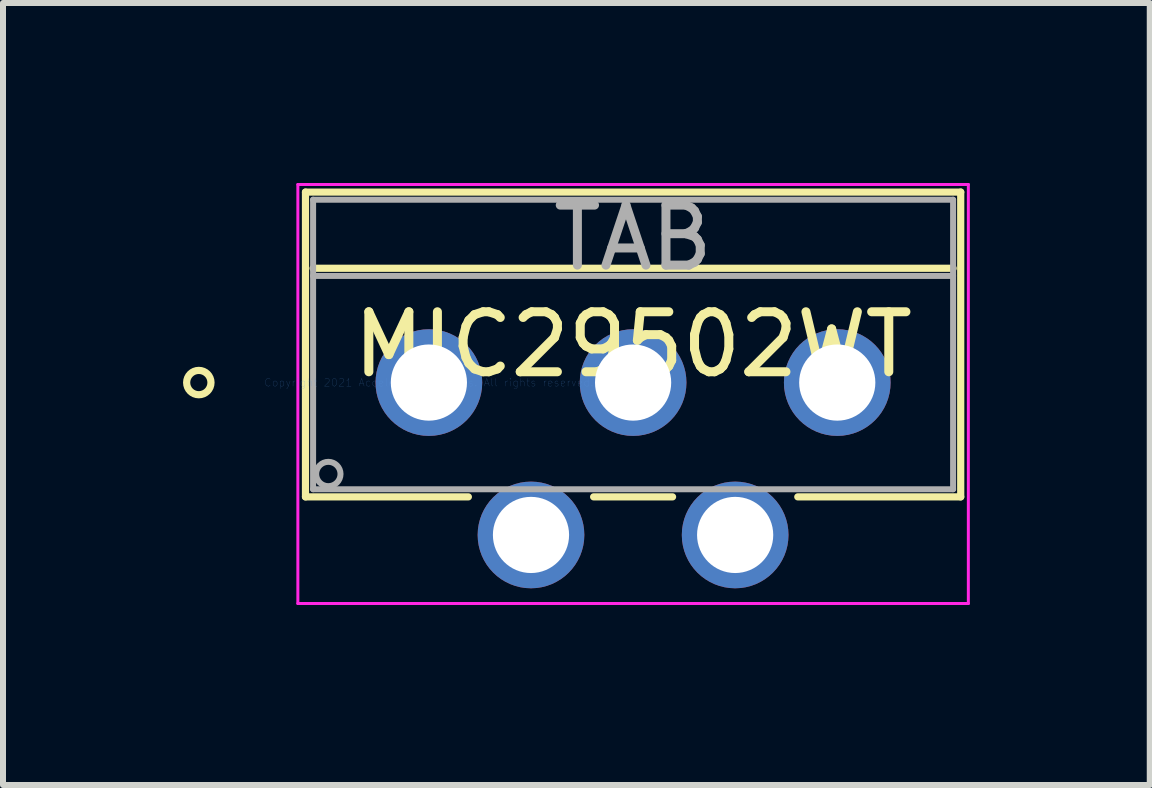
<source format=kicad_pcb>
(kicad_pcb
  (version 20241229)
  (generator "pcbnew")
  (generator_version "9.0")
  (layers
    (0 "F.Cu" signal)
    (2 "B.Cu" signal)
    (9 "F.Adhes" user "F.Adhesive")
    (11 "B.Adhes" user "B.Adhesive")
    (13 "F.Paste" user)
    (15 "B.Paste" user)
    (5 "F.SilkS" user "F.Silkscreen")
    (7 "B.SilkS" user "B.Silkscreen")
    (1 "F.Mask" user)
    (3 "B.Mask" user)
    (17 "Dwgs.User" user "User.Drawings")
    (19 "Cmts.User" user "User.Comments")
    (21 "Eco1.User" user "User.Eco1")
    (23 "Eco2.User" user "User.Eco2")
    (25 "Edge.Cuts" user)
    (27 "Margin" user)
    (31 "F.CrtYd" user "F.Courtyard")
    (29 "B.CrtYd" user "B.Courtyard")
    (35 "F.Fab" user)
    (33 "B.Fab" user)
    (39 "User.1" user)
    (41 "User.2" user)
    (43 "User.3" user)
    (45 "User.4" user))
  (footprint "MIC29502WT"
    (layer "F.Cu")
    (at 4.099 3.327)
    (property "Reference" "MIC29502WT" (at 3.404 -0.635 0) (layer "F.SilkS") (effects (font (size 1 1) (thickness 0.15))))
    (attr through_hole)
    (fp_line (start -2.057 -3.175) (end -2.057 1.905) (stroke (width 0.12) (type solid)) (layer "F.SilkS"))
    (fp_line (start -2.057 1.905) (end 0.658 1.905) (stroke (width 0.12) (type solid)) (layer "F.SilkS"))
    (fp_line (start -1.93 -1.905) (end 8.738 -1.905) (stroke (width 0.12) (type solid)) (layer "F.SilkS"))
    (fp_line (start 2.746 1.905) (end 4.062 1.905) (stroke (width 0.12) (type solid)) (layer "F.SilkS"))
    (fp_line (start 6.149 1.905) (end 8.865 1.905) (stroke (width 0.12) (type solid)) (layer "F.SilkS"))
    (fp_line (start 8.865 -3.175) (end -2.057 -3.175) (stroke (width 0.12) (type solid)) (layer "F.SilkS"))
    (fp_line (start 8.865 1.905) (end 8.865 -3.175) (stroke (width 0.12) (type solid)) (layer "F.SilkS"))
    (fp_circle (center -3.835 0) (end -3.632 0) (stroke (width 0.12) (type solid)) (fill no) (layer "F.SilkS"))
    (fp_line (start -2.184 -3.302) (end -2.184 3.683) (stroke (width 0.05) (type solid)) (layer "F.CrtYd"))
    (fp_line (start -2.184 3.683) (end 8.992 3.683) (stroke (width 0.05) (type solid)) (layer "F.CrtYd"))
    (fp_line (start 8.992 -3.302) (end -2.184 -3.302) (stroke (width 0.05) (type solid)) (layer "F.CrtYd"))
    (fp_line (start 8.992 3.683) (end 8.992 -3.302) (stroke (width 0.05) (type solid)) (layer "F.CrtYd"))
    (fp_line (start -1.93 -3.048) (end -1.93 1.778) (stroke (width 0.1) (type solid)) (layer "F.Fab"))
    (fp_line (start -1.93 -1.778) (end 8.738 -1.778) (stroke (width 0.1) (type solid)) (layer "F.Fab"))
    (fp_line (start -1.93 1.778) (end 8.738 1.778) (stroke (width 0.1) (type solid)) (layer "F.Fab"))
    (fp_line (start 8.738 -3.048) (end -1.93 -3.048) (stroke (width 0.1) (type solid)) (layer "F.Fab"))
    (fp_line (start 8.738 1.778) (end 8.738 -3.048) (stroke (width 0.1) (type solid)) (layer "F.Fab"))
    (fp_circle (center -1.676 1.524) (end -1.473 1.524) (stroke (width 0.1) (type solid)) (fill no) (layer "F.Fab"))
    (fp_text user "*" (at 0 0 0) (layer "F.SilkS") (effects (font (size 1 1) (thickness 0.15))))
    (fp_text user "Copyright 2021 Accelerated Designs. All rights reserved." (at 0 0 0) (layer "Cmts.User") (effects (font (size 0.127 0.127) (thickness 0.002))))
    (fp_text user "TAB" (at 3.404 -2.413 0) (layer "F.Fab") (effects (font (size 1 1) (thickness 0.15))))
    (fp_text user "*" (at 0 0 0) (layer "F.Fab") (effects (font (size 1 1) (thickness 0.15))))
    (pad "1" thru_hole circle (at 0 0) (size 1.778 1.778) (drill 1.27) (layers "*.Cu" "*.Mask"))
    (pad "2" thru_hole circle (at 1.702 2.54) (size 1.778 1.778) (drill 1.27) (layers "*.Cu" "*.Mask"))
    (pad "3" thru_hole circle (at 3.404 0) (size 1.778 1.778) (drill 1.27) (layers "*.Cu" "*.Mask"))
    (pad "4" thru_hole circle (at 5.105 2.54) (size 1.778 1.778) (drill 1.27) (layers "*.Cu" "*.Mask"))
    (pad "5" thru_hole circle (at 6.807 0) (size 1.778 1.778) (drill 1.27) (layers "*.Cu" "*.Mask")))
  (gr_rect
    (start -3 -3)
    (end 16.115 10.035)
    (stroke (width 0.1) (type default))
    (fill no)
    (layer "Edge.Cuts")))
</source>
